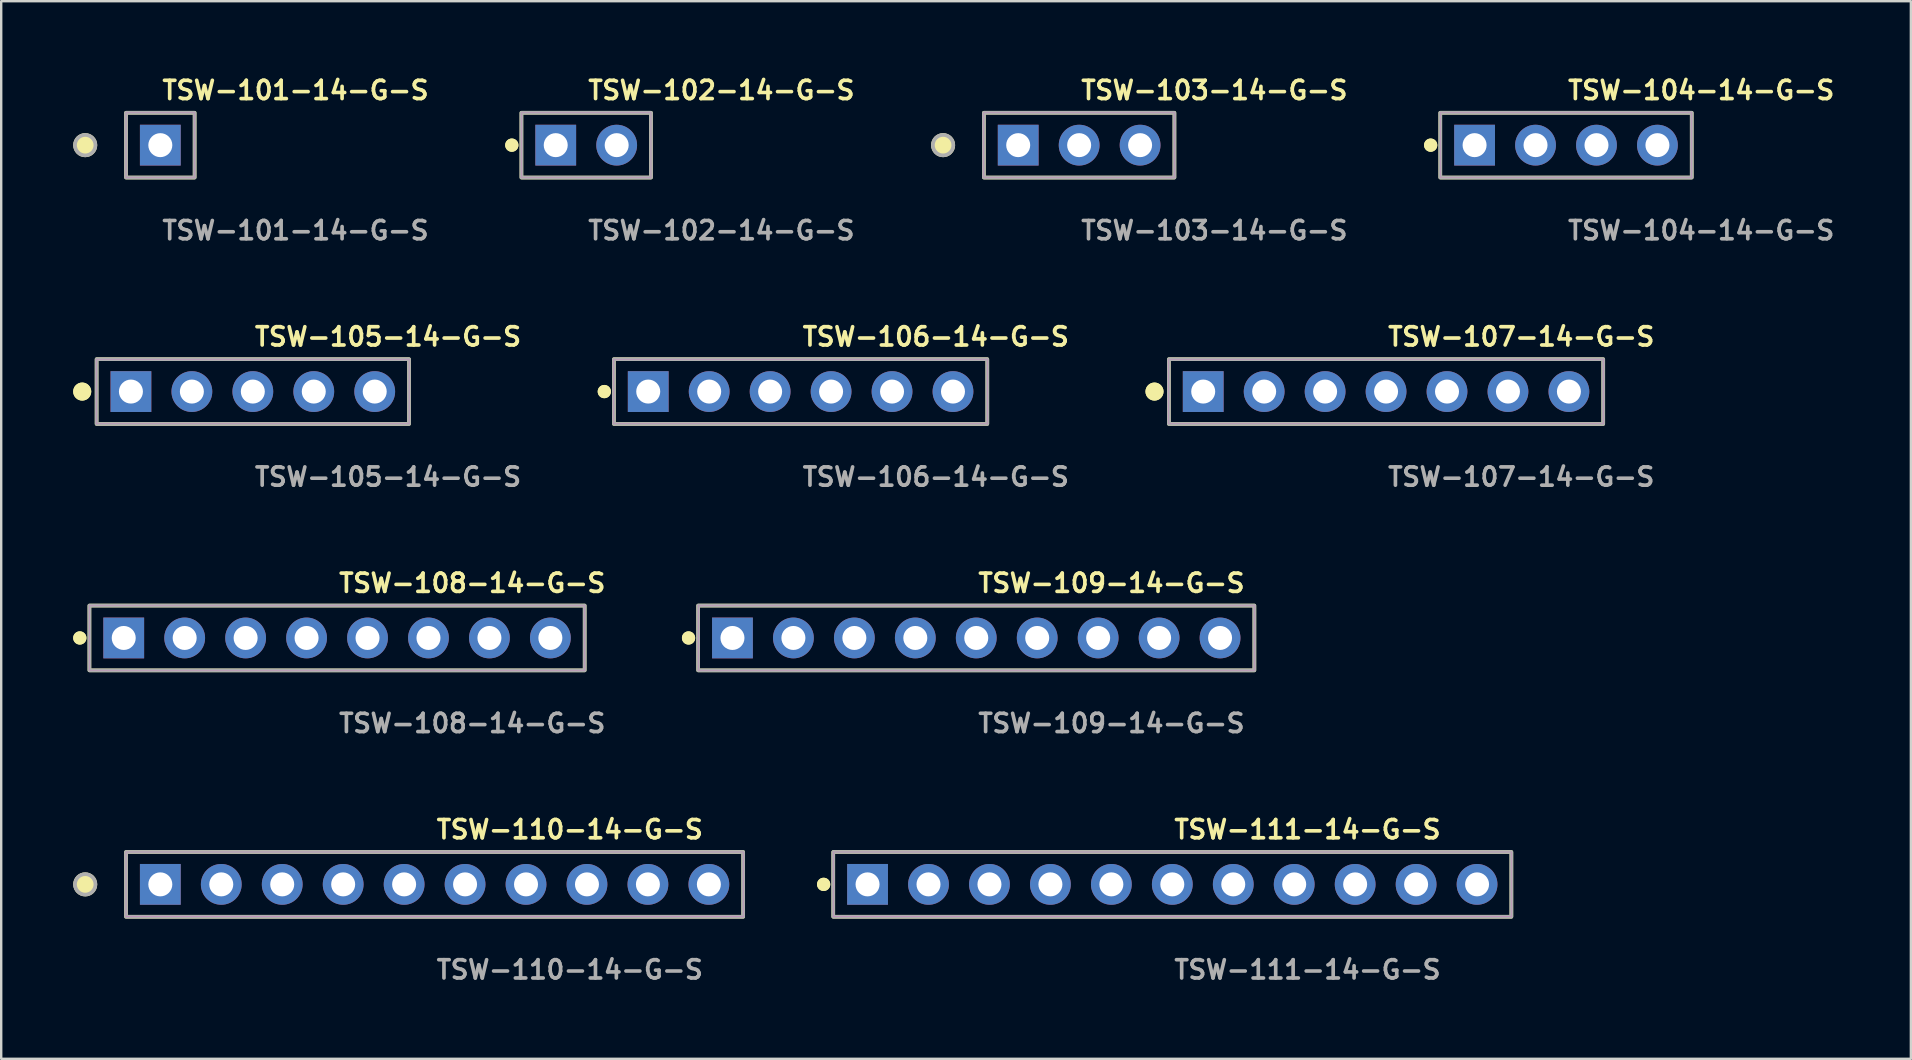
<source format=kicad_pcb>
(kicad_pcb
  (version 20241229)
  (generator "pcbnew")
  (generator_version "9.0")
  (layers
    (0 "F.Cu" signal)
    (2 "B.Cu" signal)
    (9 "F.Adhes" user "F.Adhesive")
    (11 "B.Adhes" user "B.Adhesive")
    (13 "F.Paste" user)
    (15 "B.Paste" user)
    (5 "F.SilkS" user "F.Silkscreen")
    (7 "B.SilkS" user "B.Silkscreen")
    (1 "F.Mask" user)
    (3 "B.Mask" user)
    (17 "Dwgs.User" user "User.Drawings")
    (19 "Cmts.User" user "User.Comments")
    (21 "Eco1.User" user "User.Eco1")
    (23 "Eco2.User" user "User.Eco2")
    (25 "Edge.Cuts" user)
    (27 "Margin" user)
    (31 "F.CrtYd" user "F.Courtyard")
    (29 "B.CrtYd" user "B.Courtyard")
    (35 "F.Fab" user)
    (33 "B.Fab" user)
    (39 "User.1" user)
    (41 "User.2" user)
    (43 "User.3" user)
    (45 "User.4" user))
  (footprint "TSW-105-14-G-S"
    (layer "F.Cu")
    (at 7.486 13.268)
    (property "Reference" "TSW-105-14-G-S" (at 0 -2.286 0) (unlocked yes) (layer "F.SilkS") (effects (font (size 0.762 0.762) (thickness 0.152)) (justify left)))
    (fp_rect (start -6.51 1.35) (end 6.51 -1.35) (stroke (width 0.152) (type solid)) (fill no) (layer "F.SilkS"))
    (fp_circle (center -7.11 0) (end -7.41 0) (stroke (width 0.152) (type solid)) (fill yes) (layer "F.SilkS"))
    (fp_circle (center -7.11 0) (end -7.41 0) (stroke (width 0.152) (type solid)) (fill yes) (layer "F.SilkS"))
    (fp_rect (start -6.51 1.35) (end 6.51 -1.35) (stroke (width 0.006) (type solid)) (fill no) (layer "F.CrtYd"))
    (fp_rect (start -6.51 1.35) (end 6.51 -1.35) (stroke (width 0.152) (type solid)) (fill no) (layer "F.Fab"))
    (fp_text user "${REFERENCE}" (at 0 3.556 0) (unlocked yes) (layer "F.Fab") (effects (font (size 0.762 0.762) (thickness 0.152)) (justify left)))
    (pad "1" thru_hole rect (at -5.08 0) (size 1.7 1.7) (drill 1) (layers "*.Cu" "*.Mask"))
    (pad "2" thru_hole circle (at -2.54 0) (size 1.7 1.7) (drill 1) (layers "*.Cu" "*.Mask"))
    (pad "3" thru_hole circle (at 0 0) (size 1.7 1.7) (drill 1) (layers "*.Cu" "*.Mask"))
    (pad "4" thru_hole circle (at 2.54 0) (size 1.7 1.7) (drill 1) (layers "*.Cu" "*.Mask"))
    (pad "5" thru_hole circle (at 5.08 0) (size 1.7 1.7) (drill 1) (layers "*.Cu" "*.Mask")))
  (footprint "TSW-110-14-G-S"
    (layer "F.Cu")
    (at 15.061 33.805)
    (property "Reference" "TSW-110-14-G-S" (at 0 -2.286 0) (unlocked yes) (layer "F.SilkS") (effects (font (size 0.762 0.762) (thickness 0.152)) (justify left)))
    (fp_rect (start -12.86 1.35) (end 12.86 -1.35) (stroke (width 0.152) (type solid)) (fill no) (layer "F.SilkS"))
    (fp_circle (center -14.56 0) (end -14.985 0) (stroke (width 0.152) (type solid)) (fill yes) (layer "F.SilkS"))
    (fp_rect (start -12.86 1.35) (end 12.86 -1.35) (stroke (width 0.006) (type solid)) (fill no) (layer "F.CrtYd"))
    (fp_rect (start -12.86 1.35) (end 12.86 -1.35) (stroke (width 0.152) (type solid)) (fill no) (layer "F.Fab"))
    (fp_circle (center -14.56 0) (end -14.985 0) (stroke (width 0.152) (type solid)) (fill no) (layer "F.Fab"))
    (fp_text user "${REFERENCE}" (at 0 3.556 0) (unlocked yes) (layer "F.Fab") (effects (font (size 0.762 0.762) (thickness 0.152)) (justify left)))
    (pad "1" thru_hole rect (at -11.43 0) (size 1.7 1.7) (drill 1) (layers "*.Cu" "*.Mask"))
    (pad "2" thru_hole circle (at -8.89 0) (size 1.7 1.7) (drill 1) (layers "*.Cu" "*.Mask"))
    (pad "3" thru_hole circle (at -6.35 0) (size 1.7 1.7) (drill 1) (layers "*.Cu" "*.Mask"))
    (pad "4" thru_hole circle (at -3.81 0) (size 1.7 1.7) (drill 1) (layers "*.Cu" "*.Mask"))
    (pad "5" thru_hole circle (at -1.27 0) (size 1.7 1.7) (drill 1) (layers "*.Cu" "*.Mask"))
    (pad "6" thru_hole circle (at 1.27 0) (size 1.7 1.7) (drill 1) (layers "*.Cu" "*.Mask"))
    (pad "7" thru_hole circle (at 3.81 0) (size 1.7 1.7) (drill 1) (layers "*.Cu" "*.Mask"))
    (pad "8" thru_hole circle (at 6.35 0) (size 1.7 1.7) (drill 1) (layers "*.Cu" "*.Mask"))
    (pad "9" thru_hole circle (at 8.89 0) (size 1.7 1.7) (drill 1) (layers "*.Cu" "*.Mask"))
    (pad "10" thru_hole circle (at 11.43 0) (size 1.7 1.7) (drill 1) (layers "*.Cu" "*.Mask")))
  (footprint "TSW-109-14-G-S"
    (layer "F.Cu")
    (at 37.634 23.536)
    (property "Reference" "TSW-109-14-G-S" (at 0 -2.286 0) (unlocked yes) (layer "F.SilkS") (effects (font (size 0.762 0.762) (thickness 0.152)) (justify left)))
    (fp_rect (start -11.59 1.35) (end 11.59 -1.35) (stroke (width 0.152) (type solid)) (fill no) (layer "F.SilkS"))
    (fp_circle (center -11.99 0) (end -12.19 0) (stroke (width 0.152) (type solid)) (fill yes) (layer "F.SilkS"))
    (fp_circle (center -11.99 0) (end -12.19 0) (stroke (width 0.152) (type solid)) (fill yes) (layer "F.SilkS"))
    (fp_rect (start -11.59 1.35) (end 11.59 -1.35) (stroke (width 0.006) (type solid)) (fill no) (layer "F.CrtYd"))
    (fp_rect (start -11.59 1.35) (end 11.59 -1.35) (stroke (width 0.152) (type solid)) (fill no) (layer "F.Fab"))
    (fp_text user "${REFERENCE}" (at 0 3.556 0) (unlocked yes) (layer "F.Fab") (effects (font (size 0.762 0.762) (thickness 0.152)) (justify left)))
    (pad "1" thru_hole rect (at -10.16 0) (size 1.7 1.7) (drill 1) (layers "*.Cu" "*.Mask"))
    (pad "2" thru_hole circle (at -7.62 0) (size 1.7 1.7) (drill 1) (layers "*.Cu" "*.Mask"))
    (pad "3" thru_hole circle (at -5.08 0) (size 1.7 1.7) (drill 1) (layers "*.Cu" "*.Mask"))
    (pad "4" thru_hole circle (at -2.54 0) (size 1.7 1.7) (drill 1) (layers "*.Cu" "*.Mask"))
    (pad "5" thru_hole circle (at 0 0) (size 1.7 1.7) (drill 1) (layers "*.Cu" "*.Mask"))
    (pad "6" thru_hole circle (at 2.54 0) (size 1.7 1.7) (drill 1) (layers "*.Cu" "*.Mask"))
    (pad "7" thru_hole circle (at 5.08 0) (size 1.7 1.7) (drill 1) (layers "*.Cu" "*.Mask"))
    (pad "8" thru_hole circle (at 7.62 0) (size 1.7 1.7) (drill 1) (layers "*.Cu" "*.Mask"))
    (pad "9" thru_hole circle (at 10.16 0) (size 1.7 1.7) (drill 1) (layers "*.Cu" "*.Mask")))
  (footprint "TSW-102-14-G-S"
    (layer "F.Cu")
    (at 21.379 2.999)
    (property "Reference" "TSW-102-14-G-S" (at 0 -2.286 0) (unlocked yes) (layer "F.SilkS") (effects (font (size 0.762 0.762) (thickness 0.152)) (justify left)))
    (fp_rect (start -2.7 1.35) (end 2.7 -1.35) (stroke (width 0.152) (type solid)) (fill no) (layer "F.SilkS"))
    (fp_circle (center -3.1 0) (end -3.3 0) (stroke (width 0.152) (type solid)) (fill yes) (layer "F.SilkS"))
    (fp_circle (center -3.1 0) (end -3.3 0) (stroke (width 0.152) (type solid)) (fill yes) (layer "F.SilkS"))
    (fp_rect (start -2.7 1.35) (end 2.7 -1.35) (stroke (width 0.006) (type solid)) (fill no) (layer "F.CrtYd"))
    (fp_rect (start -2.7 1.35) (end 2.7 -1.35) (stroke (width 0.152) (type solid)) (fill no) (layer "F.Fab"))
    (fp_text user "${REFERENCE}" (at 0 3.556 0) (unlocked yes) (layer "F.Fab") (effects (font (size 0.762 0.762) (thickness 0.152)) (justify left)))
    (pad "1" thru_hole rect (at -1.27 0) (size 1.7 1.7) (drill 1) (layers "*.Cu" "*.Mask"))
    (pad "2" thru_hole circle (at 1.27 0) (size 1.7 1.7) (drill 1) (layers "*.Cu" "*.Mask")))
  (footprint "TSW-107-14-G-S"
    (layer "F.Cu")
    (at 54.712 13.268)
    (property "Reference" "TSW-107-14-G-S" (at 0 -2.286 0) (unlocked yes) (layer "F.SilkS") (effects (font (size 0.762 0.762) (thickness 0.152)) (justify left)))
    (fp_rect (start -9.05 1.35) (end 9.05 -1.35) (stroke (width 0.152) (type solid)) (fill no) (layer "F.SilkS"))
    (fp_circle (center -9.65 0) (end -9.95 0) (stroke (width 0.152) (type solid)) (fill yes) (layer "F.SilkS"))
    (fp_circle (center -9.65 0) (end -9.95 0) (stroke (width 0.152) (type solid)) (fill yes) (layer "F.SilkS"))
    (fp_rect (start -9.05 1.35) (end 9.05 -1.35) (stroke (width 0.006) (type solid)) (fill no) (layer "F.CrtYd"))
    (fp_rect (start -9.05 1.35) (end 9.05 -1.35) (stroke (width 0.152) (type solid)) (fill no) (layer "F.Fab"))
    (fp_text user "${REFERENCE}" (at 0 3.556 0) (unlocked yes) (layer "F.Fab") (effects (font (size 0.762 0.762) (thickness 0.152)) (justify left)))
    (pad "1" thru_hole rect (at -7.62 0) (size 1.7 1.7) (drill 1) (layers "*.Cu" "*.Mask"))
    (pad "2" thru_hole circle (at -5.08 0) (size 1.7 1.7) (drill 1) (layers "*.Cu" "*.Mask"))
    (pad "3" thru_hole circle (at -2.54 0) (size 1.7 1.7) (drill 1) (layers "*.Cu" "*.Mask"))
    (pad "4" thru_hole circle (at 0 0) (size 1.7 1.7) (drill 1) (layers "*.Cu" "*.Mask"))
    (pad "5" thru_hole circle (at 2.54 0) (size 1.7 1.7) (drill 1) (layers "*.Cu" "*.Mask"))
    (pad "6" thru_hole circle (at 5.08 0) (size 1.7 1.7) (drill 1) (layers "*.Cu" "*.Mask"))
    (pad "7" thru_hole circle (at 7.62 0) (size 1.7 1.7) (drill 1) (layers "*.Cu" "*.Mask")))
  (footprint "TSW-108-14-G-S"
    (layer "F.Cu")
    (at 10.996 23.536)
    (property "Reference" "TSW-108-14-G-S" (at 0 -2.286 0) (unlocked yes) (layer "F.SilkS") (effects (font (size 0.762 0.762) (thickness 0.152)) (justify left)))
    (fp_rect (start -10.32 1.35) (end 10.32 -1.35) (stroke (width 0.152) (type solid)) (fill no) (layer "F.SilkS"))
    (fp_circle (center -10.72 0) (end -10.92 0) (stroke (width 0.152) (type solid)) (fill yes) (layer "F.SilkS"))
    (fp_circle (center -10.72 0) (end -10.92 0) (stroke (width 0.152) (type solid)) (fill yes) (layer "F.SilkS"))
    (fp_rect (start -10.32 1.35) (end 10.32 -1.35) (stroke (width 0.006) (type solid)) (fill no) (layer "F.CrtYd"))
    (fp_rect (start -10.32 1.35) (end 10.32 -1.35) (stroke (width 0.152) (type solid)) (fill no) (layer "F.Fab"))
    (fp_text user "${REFERENCE}" (at 0 3.556 0) (unlocked yes) (layer "F.Fab") (effects (font (size 0.762 0.762) (thickness 0.152)) (justify left)))
    (pad "1" thru_hole rect (at -8.89 0) (size 1.7 1.7) (drill 1) (layers "*.Cu" "*.Mask"))
    (pad "2" thru_hole circle (at -6.35 0) (size 1.7 1.7) (drill 1) (layers "*.Cu" "*.Mask"))
    (pad "3" thru_hole circle (at -3.81 0) (size 1.7 1.7) (drill 1) (layers "*.Cu" "*.Mask"))
    (pad "4" thru_hole circle (at -1.27 0) (size 1.7 1.7) (drill 1) (layers "*.Cu" "*.Mask"))
    (pad "5" thru_hole circle (at 1.27 0) (size 1.7 1.7) (drill 1) (layers "*.Cu" "*.Mask"))
    (pad "6" thru_hole circle (at 3.81 0) (size 1.7 1.7) (drill 1) (layers "*.Cu" "*.Mask"))
    (pad "7" thru_hole circle (at 6.35 0) (size 1.7 1.7) (drill 1) (layers "*.Cu" "*.Mask"))
    (pad "8" thru_hole circle (at 8.89 0) (size 1.7 1.7) (drill 1) (layers "*.Cu" "*.Mask")))
  (footprint "TSW-111-14-G-S"
    (layer "F.Cu")
    (at 45.804 33.805)
    (property "Reference" "TSW-111-14-G-S" (at 0 -2.286 0) (unlocked yes) (layer "F.SilkS") (effects (font (size 0.762 0.762) (thickness 0.152)) (justify left)))
    (fp_rect (start -14.13 1.35) (end 14.13 -1.35) (stroke (width 0.152) (type solid)) (fill no) (layer "F.SilkS"))
    (fp_circle (center -14.53 0) (end -14.73 0) (stroke (width 0.152) (type solid)) (fill yes) (layer "F.SilkS"))
    (fp_circle (center -14.53 0) (end -14.73 0) (stroke (width 0.152) (type solid)) (fill yes) (layer "F.SilkS"))
    (fp_rect (start -14.13 1.35) (end 14.13 -1.35) (stroke (width 0.006) (type solid)) (fill no) (layer "F.CrtYd"))
    (fp_rect (start -14.13 1.35) (end 14.13 -1.35) (stroke (width 0.152) (type solid)) (fill no) (layer "F.Fab"))
    (fp_text user "${REFERENCE}" (at 0 3.556 0) (unlocked yes) (layer "F.Fab") (effects (font (size 0.762 0.762) (thickness 0.152)) (justify left)))
    (pad "1" thru_hole rect (at -12.7 0) (size 1.7 1.7) (drill 1) (layers "*.Cu" "*.Mask"))
    (pad "2" thru_hole circle (at -10.16 0) (size 1.7 1.7) (drill 1) (layers "*.Cu" "*.Mask"))
    (pad "3" thru_hole circle (at -7.62 0) (size 1.7 1.7) (drill 1) (layers "*.Cu" "*.Mask"))
    (pad "4" thru_hole circle (at -5.08 0) (size 1.7 1.7) (drill 1) (layers "*.Cu" "*.Mask"))
    (pad "5" thru_hole circle (at -2.54 0) (size 1.7 1.7) (drill 1) (layers "*.Cu" "*.Mask"))
    (pad "6" thru_hole circle (at 0 0) (size 1.7 1.7) (drill 1) (layers "*.Cu" "*.Mask"))
    (pad "7" thru_hole circle (at 2.54 0) (size 1.7 1.7) (drill 1) (layers "*.Cu" "*.Mask"))
    (pad "8" thru_hole circle (at 5.08 0) (size 1.7 1.7) (drill 1) (layers "*.Cu" "*.Mask"))
    (pad "9" thru_hole circle (at 7.62 0) (size 1.7 1.7) (drill 1) (layers "*.Cu" "*.Mask"))
    (pad "10" thru_hole circle (at 10.16 0) (size 1.7 1.7) (drill 1) (layers "*.Cu" "*.Mask"))
    (pad "11" thru_hole circle (at 12.7 0) (size 1.7 1.7) (drill 1) (layers "*.Cu" "*.Mask")))
  (footprint "TSW-106-14-G-S"
    (layer "F.Cu")
    (at 30.314 13.268)
    (property "Reference" "TSW-106-14-G-S" (at 0 -2.286 0) (unlocked yes) (layer "F.SilkS") (effects (font (size 0.762 0.762) (thickness 0.152)) (justify left)))
    (fp_rect (start -7.78 1.35) (end 7.78 -1.35) (stroke (width 0.152) (type solid)) (fill no) (layer "F.SilkS"))
    (fp_circle (center -8.18 0) (end -8.38 0) (stroke (width 0.152) (type solid)) (fill yes) (layer "F.SilkS"))
    (fp_circle (center -8.18 0) (end -8.38 0) (stroke (width 0.152) (type solid)) (fill yes) (layer "F.SilkS"))
    (fp_rect (start -7.78 1.35) (end 7.78 -1.35) (stroke (width 0.006) (type solid)) (fill no) (layer "F.CrtYd"))
    (fp_rect (start -7.78 1.35) (end 7.78 -1.35) (stroke (width 0.152) (type solid)) (fill no) (layer "F.Fab"))
    (fp_text user "${REFERENCE}" (at 0 3.556 0) (unlocked yes) (layer "F.Fab") (effects (font (size 0.762 0.762) (thickness 0.152)) (justify left)))
    (pad "1" thru_hole rect (at -6.35 0) (size 1.7 1.7) (drill 1) (layers "*.Cu" "*.Mask"))
    (pad "2" thru_hole circle (at -3.81 0) (size 1.7 1.7) (drill 1) (layers "*.Cu" "*.Mask"))
    (pad "3" thru_hole circle (at -1.27 0) (size 1.7 1.7) (drill 1) (layers "*.Cu" "*.Mask"))
    (pad "4" thru_hole circle (at 1.27 0) (size 1.7 1.7) (drill 1) (layers "*.Cu" "*.Mask"))
    (pad "5" thru_hole circle (at 3.81 0) (size 1.7 1.7) (drill 1) (layers "*.Cu" "*.Mask"))
    (pad "6" thru_hole circle (at 6.35 0) (size 1.7 1.7) (drill 1) (layers "*.Cu" "*.Mask")))
  (footprint "TSW-104-14-G-S"
    (layer "F.Cu")
    (at 62.211 2.999)
    (property "Reference" "TSW-104-14-G-S" (at 0 -2.286 0) (unlocked yes) (layer "F.SilkS") (effects (font (size 0.762 0.762) (thickness 0.152)) (justify left)))
    (fp_rect (start -5.24 1.35) (end 5.24 -1.35) (stroke (width 0.152) (type solid)) (fill no) (layer "F.SilkS"))
    (fp_circle (center -5.64 0) (end -5.84 0) (stroke (width 0.152) (type solid)) (fill yes) (layer "F.SilkS"))
    (fp_circle (center -5.64 0) (end -5.84 0) (stroke (width 0.152) (type solid)) (fill yes) (layer "F.SilkS"))
    (fp_rect (start -5.24 1.35) (end 5.24 -1.35) (stroke (width 0.006) (type solid)) (fill no) (layer "F.CrtYd"))
    (fp_rect (start -5.24 1.35) (end 5.24 -1.35) (stroke (width 0.152) (type solid)) (fill no) (layer "F.Fab"))
    (fp_text user "${REFERENCE}" (at 0 3.556 0) (unlocked yes) (layer "F.Fab") (effects (font (size 0.762 0.762) (thickness 0.152)) (justify left)))
    (pad "1" thru_hole rect (at -3.81 0) (size 1.7 1.7) (drill 1) (layers "*.Cu" "*.Mask"))
    (pad "2" thru_hole circle (at -1.27 0) (size 1.7 1.7) (drill 1) (layers "*.Cu" "*.Mask"))
    (pad "3" thru_hole circle (at 1.27 0) (size 1.7 1.7) (drill 1) (layers "*.Cu" "*.Mask"))
    (pad "4" thru_hole circle (at 3.81 0) (size 1.7 1.7) (drill 1) (layers "*.Cu" "*.Mask")))
  (footprint "TSW-103-14-G-S"
    (layer "F.Cu")
    (at 41.922 2.999)
    (property "Reference" "TSW-103-14-G-S" (at 0 -2.286 0) (unlocked yes) (layer "F.SilkS") (effects (font (size 0.762 0.762) (thickness 0.152)) (justify left)))
    (fp_rect (start -3.97 1.35) (end 3.97 -1.35) (stroke (width 0.152) (type solid)) (fill no) (layer "F.SilkS"))
    (fp_circle (center -5.67 0) (end -6.095 0) (stroke (width 0.152) (type solid)) (fill yes) (layer "F.SilkS"))
    (fp_rect (start -3.97 1.35) (end 3.97 -1.35) (stroke (width 0.006) (type solid)) (fill no) (layer "F.CrtYd"))
    (fp_rect (start -3.97 1.35) (end 3.97 -1.35) (stroke (width 0.152) (type solid)) (fill no) (layer "F.Fab"))
    (fp_circle (center -5.67 0) (end -6.095 0) (stroke (width 0.152) (type solid)) (fill no) (layer "F.Fab"))
    (fp_text user "${REFERENCE}" (at 0 3.556 0) (unlocked yes) (layer "F.Fab") (effects (font (size 0.762 0.762) (thickness 0.152)) (justify left)))
    (pad "1" thru_hole rect (at -2.54 0) (size 1.7 1.7) (drill 1) (layers "*.Cu" "*.Mask"))
    (pad "2" thru_hole circle (at 0 0) (size 1.7 1.7) (drill 1) (layers "*.Cu" "*.Mask"))
    (pad "3" thru_hole circle (at 2.54 0) (size 1.7 1.7) (drill 1) (layers "*.Cu" "*.Mask")))
  (footprint "TSW-101-14-G-S"
    (layer "F.Cu")
    (at 3.631 2.999)
    (property "Reference" "TSW-101-14-G-S" (at 0 -2.286 0) (unlocked yes) (layer "F.SilkS") (effects (font (size 0.762 0.762) (thickness 0.152)) (justify left)))
    (fp_rect (start -1.43 1.35) (end 1.43 -1.35) (stroke (width 0.152) (type solid)) (fill no) (layer "F.SilkS"))
    (fp_circle (center -3.13 0) (end -3.555 0) (stroke (width 0.152) (type solid)) (fill yes) (layer "F.SilkS"))
    (fp_rect (start -1.43 1.35) (end 1.43 -1.35) (stroke (width 0.006) (type solid)) (fill no) (layer "F.CrtYd"))
    (fp_rect (start -1.43 1.35) (end 1.43 -1.35) (stroke (width 0.152) (type solid)) (fill no) (layer "F.Fab"))
    (fp_circle (center -3.13 0) (end -3.555 0) (stroke (width 0.152) (type solid)) (fill no) (layer "F.Fab"))
    (fp_text user "${REFERENCE}" (at 0 3.556 0) (unlocked yes) (layer "F.Fab") (effects (font (size 0.762 0.762) (thickness 0.152)) (justify left)))
    (pad "1" thru_hole rect (at 0 0) (size 1.7 1.7) (drill 1) (layers "*.Cu" "*.Mask")))
  (gr_rect
    (start -3 -3)
    (end 76.583 41.074)
    (stroke (width 0.1) (type default))
    (fill no)
    (layer "Edge.Cuts")))
</source>
